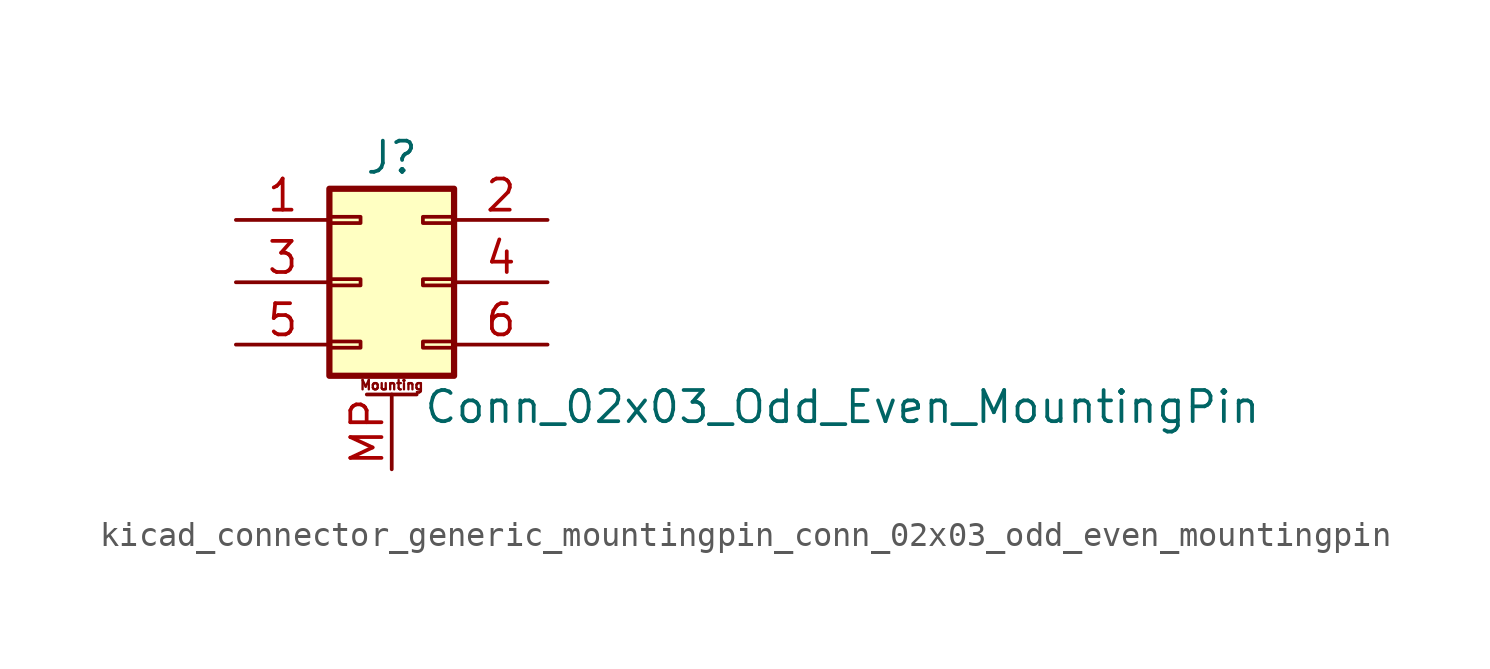
<source format=kicad_sym>
(kicad_symbol_lib
  (version 20220914)
  (generator kicad_symbol_editor)
  (symbol "kicad_connector_generic_mountingpin_conn_02x03_odd_even_mountingpin"
    (pin_names
      (offset 1.016) hide)
    (property "Reference" "J"
      (at 1.27 5.08 0)
      (effects (font (size 1.27 1.27))))
    (property "Value" "Conn_02x03_Odd_Even_MountingPin"
      (at 2.54 -5.08 0)
      (effects (font (size 1.27 1.27)) (justify left)))
    (symbol "kicad_connector_generic_mountingpin_conn_02x03_odd_even_mountingpin_1_1"
      (rectangle (start -1.27 -2.413) (end 0 -2.667) (stroke (width 0.152) (type default)) (fill (type none)))
      (rectangle (start -1.27 0.127) (end 0 -0.127) (stroke (width 0.152) (type default)) (fill (type none)))
      (rectangle (start -1.27 2.667) (end 0 2.413) (stroke (width 0.152) (type default)) (fill (type none)))
      (rectangle (start -1.27 3.81) (end 3.81 -3.81) (stroke (width 0.254) (type default)) (fill (type background)))
      (polyline (pts (xy 0.254 -4.572) (xy 2.286 -4.572)) (stroke (width 0.152) (type default)) (fill (type none)))
      (rectangle (start 3.81 -2.413) (end 2.54 -2.667) (stroke (width 0.152) (type default)) (fill (type none)))
      (rectangle (start 3.81 0.127) (end 2.54 -0.127) (stroke (width 0.152) (type default)) (fill (type none)))
      (rectangle (start 3.81 2.667) (end 2.54 2.413) (stroke (width 0.152) (type default)) (fill (type none)))
      (text "Mounting" (at 1.27 -4.191 0) (effects (font (size 0.381 0.381))))
      (pin passive line (at -5.08 2.54 0) (length 3.81) (name "Pin_1" (effects (font (size 1.27 1.27)))) (number "1" (effects (font (size 1.27 1.27)))))
      (pin passive line (at 7.62 2.54 180) (length 3.81) (name "Pin_2" (effects (font (size 1.27 1.27)))) (number "2" (effects (font (size 1.27 1.27)))))
      (pin passive line (at -5.08 0 0) (length 3.81) (name "Pin_3" (effects (font (size 1.27 1.27)))) (number "3" (effects (font (size 1.27 1.27)))))
      (pin passive line (at 7.62 0 180) (length 3.81) (name "Pin_4" (effects (font (size 1.27 1.27)))) (number "4" (effects (font (size 1.27 1.27)))))
      (pin passive line (at -5.08 -2.54 0) (length 3.81) (name "Pin_5" (effects (font (size 1.27 1.27)))) (number "5" (effects (font (size 1.27 1.27)))))
      (pin passive line (at 7.62 -2.54 180) (length 3.81) (name "Pin_6" (effects (font (size 1.27 1.27)))) (number "6" (effects (font (size 1.27 1.27)))))
      (pin passive line (at 1.27 -7.62 90) (length 3.048) (name "MountPin" (effects (font (size 1.27 1.27)))) (number "MP" (effects (font (size 1.27 1.27))))))))
</source>
